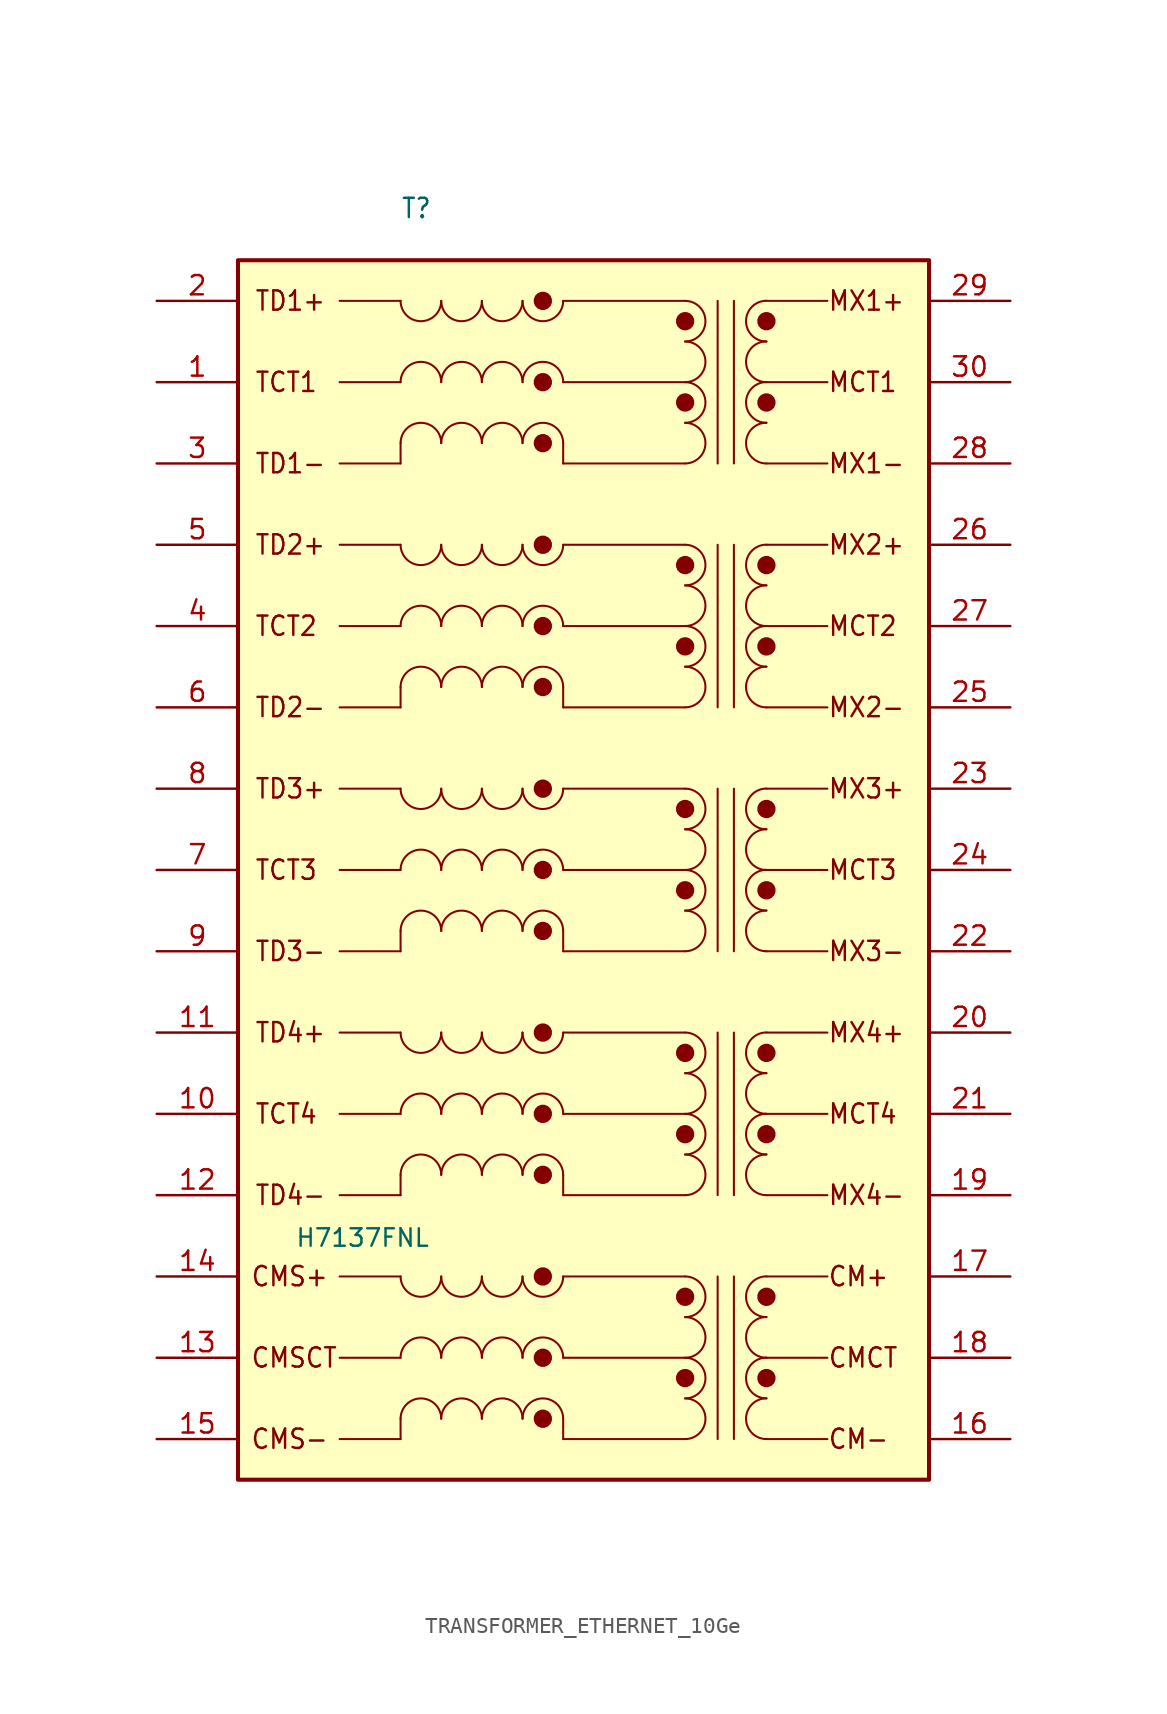
<source format=kicad_sym>
(kicad_symbol_lib
  (version 20231120)
  (generator "kicad_symbol_editor")
  (generator_version "8.0")
  (symbol "TRANSFORMER_ETHERNET_10Ge"
    (property "Reference" "T"
      (at 15.24 76.2 0)
      (effects (font (size 1.206 1.092) (thickness 0.152)) (justify left bottom)))
    (property "Value" "H7137FNL"
      (at 8.636 11.938 0)
      (effects (font (size 1.092 1.092) (thickness 0.152)) (justify left bottom)))
    (symbol "TRANSFORMER_ETHERNET_10Ge_1_0"
      (polyline (pts (xy 15.24 0) (xy 11.43 0)) (stroke (width 0.127) (type solid)) (fill (type none)))
      (polyline (pts (xy 15.24 1.27) (xy 15.24 0)) (stroke (width 0.127) (type solid)) (fill (type none)))
      (polyline (pts (xy 15.24 5.08) (xy 11.43 5.08)) (stroke (width 0.127) (type solid)) (fill (type none)))
      (polyline (pts (xy 15.24 10.16) (xy 11.43 10.16)) (stroke (width 0.127) (type solid)) (fill (type none)))
      (polyline (pts (xy 15.24 15.24) (xy 11.43 15.24)) (stroke (width 0.127) (type solid)) (fill (type none)))
      (polyline (pts (xy 15.24 16.51) (xy 15.24 15.24)) (stroke (width 0.127) (type solid)) (fill (type none)))
      (polyline (pts (xy 15.24 20.32) (xy 11.43 20.32)) (stroke (width 0.127) (type solid)) (fill (type none)))
      (polyline (pts (xy 15.24 25.4) (xy 11.43 25.4)) (stroke (width 0.127) (type solid)) (fill (type none)))
      (polyline (pts (xy 15.24 30.48) (xy 11.43 30.48)) (stroke (width 0.127) (type solid)) (fill (type none)))
      (polyline (pts (xy 15.24 31.75) (xy 15.24 30.48)) (stroke (width 0.127) (type solid)) (fill (type none)))
      (polyline (pts (xy 15.24 35.56) (xy 11.43 35.56)) (stroke (width 0.127) (type solid)) (fill (type none)))
      (polyline (pts (xy 15.24 40.64) (xy 11.43 40.64)) (stroke (width 0.127) (type solid)) (fill (type none)))
      (polyline (pts (xy 15.24 45.72) (xy 11.43 45.72)) (stroke (width 0.127) (type solid)) (fill (type none)))
      (polyline (pts (xy 15.24 46.99) (xy 15.24 45.72)) (stroke (width 0.127) (type solid)) (fill (type none)))
      (polyline (pts (xy 15.24 50.8) (xy 11.43 50.8)) (stroke (width 0.127) (type solid)) (fill (type none)))
      (polyline (pts (xy 15.24 55.88) (xy 11.43 55.88)) (stroke (width 0.127) (type solid)) (fill (type none)))
      (polyline (pts (xy 15.24 60.96) (xy 11.43 60.96)) (stroke (width 0.127) (type solid)) (fill (type none)))
      (polyline (pts (xy 15.24 62.23) (xy 15.24 60.96)) (stroke (width 0.127) (type solid)) (fill (type none)))
      (polyline (pts (xy 15.24 66.04) (xy 11.43 66.04)) (stroke (width 0.127) (type solid)) (fill (type none)))
      (polyline (pts (xy 15.24 71.12) (xy 11.43 71.12)) (stroke (width 0.127) (type solid)) (fill (type none)))
      (polyline (pts (xy 25.4 0) (xy 25.4 1.27)) (stroke (width 0.127) (type solid)) (fill (type none)))
      (polyline (pts (xy 25.4 15.24) (xy 25.4 16.51)) (stroke (width 0.127) (type solid)) (fill (type none)))
      (polyline (pts (xy 25.4 30.48) (xy 25.4 31.75)) (stroke (width 0.127) (type solid)) (fill (type none)))
      (polyline (pts (xy 25.4 45.72) (xy 25.4 46.99)) (stroke (width 0.127) (type solid)) (fill (type none)))
      (polyline (pts (xy 25.4 60.96) (xy 25.4 62.23)) (stroke (width 0.127) (type solid)) (fill (type none)))
      (polyline (pts (xy 33.02 0) (xy 25.4 0)) (stroke (width 0.127) (type solid)) (fill (type none)))
      (polyline (pts (xy 33.02 5.08) (xy 25.4 5.08)) (stroke (width 0.127) (type solid)) (fill (type none)))
      (polyline (pts (xy 33.02 10.16) (xy 25.4 10.16)) (stroke (width 0.127) (type solid)) (fill (type none)))
      (polyline (pts (xy 33.02 15.24) (xy 25.4 15.24)) (stroke (width 0.127) (type solid)) (fill (type none)))
      (polyline (pts (xy 33.02 20.32) (xy 25.4 20.32)) (stroke (width 0.127) (type solid)) (fill (type none)))
      (polyline (pts (xy 33.02 25.4) (xy 25.4 25.4)) (stroke (width 0.127) (type solid)) (fill (type none)))
      (polyline (pts (xy 33.02 30.48) (xy 25.4 30.48)) (stroke (width 0.127) (type solid)) (fill (type none)))
      (polyline (pts (xy 33.02 35.56) (xy 25.4 35.56)) (stroke (width 0.127) (type solid)) (fill (type none)))
      (polyline (pts (xy 33.02 40.64) (xy 25.4 40.64)) (stroke (width 0.127) (type solid)) (fill (type none)))
      (polyline (pts (xy 33.02 45.72) (xy 25.4 45.72)) (stroke (width 0.127) (type solid)) (fill (type none)))
      (polyline (pts (xy 33.02 50.8) (xy 25.4 50.8)) (stroke (width 0.127) (type solid)) (fill (type none)))
      (polyline (pts (xy 33.02 55.88) (xy 25.4 55.88)) (stroke (width 0.127) (type solid)) (fill (type none)))
      (polyline (pts (xy 33.02 60.96) (xy 25.4 60.96)) (stroke (width 0.127) (type solid)) (fill (type none)))
      (polyline (pts (xy 33.02 66.04) (xy 25.4 66.04)) (stroke (width 0.127) (type solid)) (fill (type none)))
      (polyline (pts (xy 33.02 71.12) (xy 25.4 71.12)) (stroke (width 0.127) (type solid)) (fill (type none)))
      (polyline (pts (xy 35.052 10.16) (xy 35.052 0)) (stroke (width 0.127) (type solid)) (fill (type none)))
      (polyline (pts (xy 35.052 25.4) (xy 35.052 15.24)) (stroke (width 0.127) (type solid)) (fill (type none)))
      (polyline (pts (xy 35.052 40.64) (xy 35.052 30.48)) (stroke (width 0.127) (type solid)) (fill (type none)))
      (polyline (pts (xy 35.052 55.88) (xy 35.052 45.72)) (stroke (width 0.127) (type solid)) (fill (type none)))
      (polyline (pts (xy 35.052 71.12) (xy 35.052 60.96)) (stroke (width 0.127) (type solid)) (fill (type none)))
      (polyline (pts (xy 36.068 10.16) (xy 36.068 0)) (stroke (width 0.127) (type solid)) (fill (type none)))
      (polyline (pts (xy 36.068 25.4) (xy 36.068 15.24)) (stroke (width 0.127) (type solid)) (fill (type none)))
      (polyline (pts (xy 36.068 40.64) (xy 36.068 30.48)) (stroke (width 0.127) (type solid)) (fill (type none)))
      (polyline (pts (xy 36.068 55.88) (xy 36.068 45.72)) (stroke (width 0.127) (type solid)) (fill (type none)))
      (polyline (pts (xy 36.068 71.12) (xy 36.068 60.96)) (stroke (width 0.127) (type solid)) (fill (type none)))
      (polyline (pts (xy 38.1 0) (xy 41.91 0)) (stroke (width 0.127) (type solid)) (fill (type none)))
      (polyline (pts (xy 38.1 5.08) (xy 41.91 5.08)) (stroke (width 0.127) (type solid)) (fill (type none)))
      (polyline (pts (xy 38.1 10.16) (xy 41.91 10.16)) (stroke (width 0.127) (type solid)) (fill (type none)))
      (polyline (pts (xy 38.1 15.24) (xy 41.91 15.24)) (stroke (width 0.127) (type solid)) (fill (type none)))
      (polyline (pts (xy 38.1 20.32) (xy 41.91 20.32)) (stroke (width 0.127) (type solid)) (fill (type none)))
      (polyline (pts (xy 38.1 25.4) (xy 41.91 25.4)) (stroke (width 0.127) (type solid)) (fill (type none)))
      (polyline (pts (xy 38.1 30.48) (xy 41.91 30.48)) (stroke (width 0.127) (type solid)) (fill (type none)))
      (polyline (pts (xy 38.1 35.56) (xy 41.91 35.56)) (stroke (width 0.127) (type solid)) (fill (type none)))
      (polyline (pts (xy 38.1 40.64) (xy 41.91 40.64)) (stroke (width 0.127) (type solid)) (fill (type none)))
      (polyline (pts (xy 38.1 45.72) (xy 41.91 45.72)) (stroke (width 0.127) (type solid)) (fill (type none)))
      (polyline (pts (xy 38.1 50.8) (xy 41.91 50.8)) (stroke (width 0.127) (type solid)) (fill (type none)))
      (polyline (pts (xy 38.1 55.88) (xy 41.91 55.88)) (stroke (width 0.127) (type solid)) (fill (type none)))
      (polyline (pts (xy 38.1 60.96) (xy 41.91 60.96)) (stroke (width 0.127) (type solid)) (fill (type none)))
      (polyline (pts (xy 38.1 66.04) (xy 41.91 66.04)) (stroke (width 0.127) (type solid)) (fill (type none)))
      (polyline (pts (xy 38.1 71.12) (xy 41.91 71.12)) (stroke (width 0.127) (type solid)) (fill (type none)))
      (polyline (pts (xy 24.13 0.762) (xy 24.23 0.767) (xy 24.415 0.844) (xy 24.556 0.985) (xy 24.633 1.17) (xy 24.633 1.37) (xy 24.556 1.555) (xy 24.415 1.696) (xy 24.23 1.773) (xy 24.13 1.778) (xy 24.03 1.773) (xy 23.845 1.696) (xy 23.703 1.555) (xy 23.627 1.37) (xy 23.627 1.17) (xy 23.703 0.985) (xy 23.845 0.844) (xy 24.03 0.767) (xy 24.13 0.762)) (stroke (width 0.127) (type solid)) (fill (type outline)))
      (polyline (pts (xy 24.13 4.572) (xy 24.23 4.577) (xy 24.415 4.654) (xy 24.556 4.795) (xy 24.633 4.98) (xy 24.633 5.18) (xy 24.556 5.365) (xy 24.415 5.506) (xy 24.23 5.583) (xy 24.13 5.588) (xy 24.03 5.583) (xy 23.845 5.506) (xy 23.703 5.365) (xy 23.627 5.18) (xy 23.627 4.98) (xy 23.703 4.795) (xy 23.845 4.654) (xy 24.03 4.577) (xy 24.13 4.572)) (stroke (width 0.127) (type solid)) (fill (type outline)))
      (polyline (pts (xy 24.13 9.652) (xy 24.23 9.657) (xy 24.415 9.733) (xy 24.556 9.875) (xy 24.633 10.06) (xy 24.633 10.26) (xy 24.556 10.445) (xy 24.415 10.586) (xy 24.23 10.663) (xy 24.13 10.668) (xy 24.03 10.663) (xy 23.845 10.586) (xy 23.703 10.445) (xy 23.627 10.26) (xy 23.627 10.06) (xy 23.703 9.875) (xy 23.845 9.733) (xy 24.03 9.657) (xy 24.13 9.652)) (stroke (width 0.127) (type solid)) (fill (type outline)))
      (polyline (pts (xy 24.13 16.002) (xy 24.23 16.007) (xy 24.415 16.084) (xy 24.556 16.225) (xy 24.633 16.41) (xy 24.633 16.61) (xy 24.556 16.795) (xy 24.415 16.936) (xy 24.23 17.013) (xy 24.13 17.018) (xy 24.03 17.013) (xy 23.845 16.936) (xy 23.703 16.795) (xy 23.627 16.61) (xy 23.627 16.41) (xy 23.703 16.225) (xy 23.845 16.084) (xy 24.03 16.007) (xy 24.13 16.002)) (stroke (width 0.127) (type solid)) (fill (type outline)))
      (polyline (pts (xy 24.13 19.812) (xy 24.23 19.817) (xy 24.415 19.893) (xy 24.556 20.035) (xy 24.633 20.22) (xy 24.633 20.42) (xy 24.556 20.605) (xy 24.415 20.747) (xy 24.23 20.823) (xy 24.13 20.828) (xy 24.03 20.823) (xy 23.845 20.747) (xy 23.703 20.605) (xy 23.627 20.42) (xy 23.627 20.22) (xy 23.703 20.035) (xy 23.845 19.893) (xy 24.03 19.817) (xy 24.13 19.812)) (stroke (width 0.127) (type solid)) (fill (type outline)))
      (polyline (pts (xy 24.13 24.892) (xy 24.23 24.897) (xy 24.415 24.974) (xy 24.556 25.115) (xy 24.633 25.3) (xy 24.633 25.5) (xy 24.556 25.685) (xy 24.415 25.826) (xy 24.23 25.903) (xy 24.13 25.908) (xy 24.03 25.903) (xy 23.845 25.826) (xy 23.703 25.685) (xy 23.627 25.5) (xy 23.627 25.3) (xy 23.703 25.115) (xy 23.845 24.974) (xy 24.03 24.897) (xy 24.13 24.892)) (stroke (width 0.127) (type solid)) (fill (type outline)))
      (polyline (pts (xy 24.13 31.242) (xy 24.23 31.247) (xy 24.415 31.323) (xy 24.556 31.465) (xy 24.633 31.65) (xy 24.633 31.85) (xy 24.556 32.035) (xy 24.415 32.176) (xy 24.23 32.253) (xy 24.13 32.258) (xy 24.03 32.253) (xy 23.845 32.176) (xy 23.703 32.035) (xy 23.627 31.85) (xy 23.627 31.65) (xy 23.703 31.465) (xy 23.845 31.323) (xy 24.03 31.247) (xy 24.13 31.242)) (stroke (width 0.127) (type solid)) (fill (type outline)))
      (polyline (pts (xy 24.13 35.052) (xy 24.23 35.057) (xy 24.415 35.133) (xy 24.556 35.275) (xy 24.633 35.46) (xy 24.633 35.66) (xy 24.556 35.845) (xy 24.415 35.986) (xy 24.23 36.063) (xy 24.13 36.068) (xy 24.03 36.063) (xy 23.845 35.986) (xy 23.703 35.845) (xy 23.627 35.66) (xy 23.627 35.46) (xy 23.703 35.275) (xy 23.845 35.133) (xy 24.03 35.057) (xy 24.13 35.052)) (stroke (width 0.127) (type solid)) (fill (type outline)))
      (polyline (pts (xy 24.13 40.132) (xy 24.23 40.137) (xy 24.415 40.214) (xy 24.556 40.355) (xy 24.633 40.54) (xy 24.633 40.74) (xy 24.556 40.925) (xy 24.415 41.066) (xy 24.23 41.143) (xy 24.13 41.148) (xy 24.03 41.143) (xy 23.845 41.066) (xy 23.703 40.925) (xy 23.627 40.74) (xy 23.627 40.54) (xy 23.703 40.355) (xy 23.845 40.214) (xy 24.03 40.137) (xy 24.13 40.132)) (stroke (width 0.127) (type solid)) (fill (type outline)))
      (polyline (pts (xy 24.13 46.482) (xy 24.23 46.487) (xy 24.415 46.563) (xy 24.556 46.705) (xy 24.633 46.89) (xy 24.633 47.09) (xy 24.556 47.275) (xy 24.415 47.416) (xy 24.23 47.493) (xy 24.13 47.498) (xy 24.03 47.493) (xy 23.845 47.416) (xy 23.703 47.275) (xy 23.627 47.09) (xy 23.627 46.89) (xy 23.703 46.705) (xy 23.845 46.563) (xy 24.03 46.487) (xy 24.13 46.482)) (stroke (width 0.127) (type solid)) (fill (type outline)))
      (polyline (pts (xy 24.13 50.292) (xy 24.23 50.297) (xy 24.415 50.373) (xy 24.556 50.515) (xy 24.633 50.7) (xy 24.633 50.9) (xy 24.556 51.085) (xy 24.415 51.227) (xy 24.23 51.303) (xy 24.13 51.308) (xy 24.03 51.303) (xy 23.845 51.227) (xy 23.703 51.085) (xy 23.627 50.9) (xy 23.627 50.7) (xy 23.703 50.515) (xy 23.845 50.373) (xy 24.03 50.297) (xy 24.13 50.292)) (stroke (width 0.127) (type solid)) (fill (type outline)))
      (polyline (pts (xy 24.13 55.372) (xy 24.23 55.377) (xy 24.415 55.453) (xy 24.556 55.595) (xy 24.633 55.78) (xy 24.633 55.98) (xy 24.556 56.165) (xy 24.415 56.306) (xy 24.23 56.383) (xy 24.13 56.388) (xy 24.03 56.383) (xy 23.845 56.306) (xy 23.703 56.165) (xy 23.627 55.98) (xy 23.627 55.78) (xy 23.703 55.595) (xy 23.845 55.453) (xy 24.03 55.377) (xy 24.13 55.372)) (stroke (width 0.127) (type solid)) (fill (type outline)))
      (polyline (pts (xy 24.13 61.722) (xy 24.23 61.727) (xy 24.415 61.803) (xy 24.556 61.945) (xy 24.633 62.13) (xy 24.633 62.33) (xy 24.556 62.515) (xy 24.415 62.657) (xy 24.23 62.733) (xy 24.13 62.738) (xy 24.03 62.733) (xy 23.845 62.657) (xy 23.703 62.515) (xy 23.627 62.33) (xy 23.627 62.13) (xy 23.703 61.945) (xy 23.845 61.803) (xy 24.03 61.727) (xy 24.13 61.722)) (stroke (width 0.127) (type solid)) (fill (type outline)))
      (polyline (pts (xy 24.13 65.532) (xy 24.23 65.537) (xy 24.415 65.614) (xy 24.556 65.755) (xy 24.633 65.94) (xy 24.633 66.14) (xy 24.556 66.325) (xy 24.415 66.466) (xy 24.23 66.543) (xy 24.13 66.548) (xy 24.03 66.543) (xy 23.845 66.466) (xy 23.703 66.325) (xy 23.627 66.14) (xy 23.627 65.94) (xy 23.703 65.755) (xy 23.845 65.614) (xy 24.03 65.537) (xy 24.13 65.532)) (stroke (width 0.127) (type solid)) (fill (type outline)))
      (polyline (pts (xy 24.13 70.612) (xy 24.23 70.617) (xy 24.415 70.694) (xy 24.556 70.835) (xy 24.633 71.02) (xy 24.633 71.22) (xy 24.556 71.405) (xy 24.415 71.546) (xy 24.23 71.623) (xy 24.13 71.628) (xy 24.03 71.623) (xy 23.845 71.546) (xy 23.703 71.405) (xy 23.627 71.22) (xy 23.627 71.02) (xy 23.703 70.835) (xy 23.845 70.694) (xy 24.03 70.617) (xy 24.13 70.612)) (stroke (width 0.127) (type solid)) (fill (type outline)))
      (polyline (pts (xy 33.02 3.302) (xy 33.12 3.307) (xy 33.305 3.384) (xy 33.447 3.525) (xy 33.523 3.71) (xy 33.523 3.91) (xy 33.447 4.095) (xy 33.305 4.237) (xy 33.12 4.313) (xy 33.02 4.318) (xy 32.92 4.313) (xy 32.735 4.237) (xy 32.593 4.095) (xy 32.517 3.91) (xy 32.517 3.71) (xy 32.593 3.525) (xy 32.735 3.384) (xy 32.92 3.307) (xy 33.02 3.302)) (stroke (width 0.127) (type solid)) (fill (type outline)))
      (polyline (pts (xy 33.02 8.382) (xy 33.12 8.387) (xy 33.305 8.463) (xy 33.447 8.605) (xy 33.523 8.79) (xy 33.523 8.99) (xy 33.447 9.175) (xy 33.305 9.316) (xy 33.12 9.393) (xy 33.02 9.398) (xy 32.92 9.393) (xy 32.735 9.316) (xy 32.593 9.175) (xy 32.517 8.99) (xy 32.517 8.79) (xy 32.593 8.605) (xy 32.735 8.463) (xy 32.92 8.387) (xy 33.02 8.382)) (stroke (width 0.127) (type solid)) (fill (type outline)))
      (polyline (pts (xy 33.02 18.542) (xy 33.12 18.547) (xy 33.305 18.623) (xy 33.447 18.765) (xy 33.523 18.95) (xy 33.523 19.15) (xy 33.447 19.335) (xy 33.305 19.477) (xy 33.12 19.553) (xy 33.02 19.558) (xy 32.92 19.553) (xy 32.735 19.477) (xy 32.593 19.335) (xy 32.517 19.15) (xy 32.517 18.95) (xy 32.593 18.765) (xy 32.735 18.623) (xy 32.92 18.547) (xy 33.02 18.542)) (stroke (width 0.127) (type solid)) (fill (type outline)))
      (polyline (pts (xy 33.02 23.622) (xy 33.12 23.627) (xy 33.305 23.703) (xy 33.447 23.845) (xy 33.523 24.03) (xy 33.523 24.23) (xy 33.447 24.415) (xy 33.305 24.556) (xy 33.12 24.633) (xy 33.02 24.638) (xy 32.92 24.633) (xy 32.735 24.556) (xy 32.593 24.415) (xy 32.517 24.23) (xy 32.517 24.03) (xy 32.593 23.845) (xy 32.735 23.703) (xy 32.92 23.627) (xy 33.02 23.622)) (stroke (width 0.127) (type solid)) (fill (type outline)))
      (polyline (pts (xy 33.02 33.782) (xy 33.12 33.787) (xy 33.305 33.864) (xy 33.447 34.005) (xy 33.523 34.19) (xy 33.523 34.39) (xy 33.447 34.575) (xy 33.305 34.717) (xy 33.12 34.793) (xy 33.02 34.798) (xy 32.92 34.793) (xy 32.735 34.717) (xy 32.593 34.575) (xy 32.517 34.39) (xy 32.517 34.19) (xy 32.593 34.005) (xy 32.735 33.864) (xy 32.92 33.787) (xy 33.02 33.782)) (stroke (width 0.127) (type solid)) (fill (type outline)))
      (polyline (pts (xy 33.02 38.862) (xy 33.12 38.867) (xy 33.305 38.944) (xy 33.447 39.085) (xy 33.523 39.27) (xy 33.523 39.47) (xy 33.447 39.655) (xy 33.305 39.797) (xy 33.12 39.873) (xy 33.02 39.878) (xy 32.92 39.873) (xy 32.735 39.797) (xy 32.593 39.655) (xy 32.517 39.47) (xy 32.517 39.27) (xy 32.593 39.085) (xy 32.735 38.944) (xy 32.92 38.867) (xy 33.02 38.862)) (stroke (width 0.127) (type solid)) (fill (type outline)))
      (polyline (pts (xy 33.02 49.022) (xy 33.12 49.027) (xy 33.305 49.103) (xy 33.447 49.245) (xy 33.523 49.43) (xy 33.523 49.63) (xy 33.447 49.815) (xy 33.305 49.956) (xy 33.12 50.033) (xy 33.02 50.038) (xy 32.92 50.033) (xy 32.735 49.956) (xy 32.593 49.815) (xy 32.517 49.63) (xy 32.517 49.43) (xy 32.593 49.245) (xy 32.735 49.103) (xy 32.92 49.027) (xy 33.02 49.022)) (stroke (width 0.127) (type solid)) (fill (type outline)))
      (polyline (pts (xy 33.02 54.102) (xy 33.12 54.107) (xy 33.305 54.184) (xy 33.447 54.325) (xy 33.523 54.51) (xy 33.523 54.71) (xy 33.447 54.895) (xy 33.305 55.036) (xy 33.12 55.113) (xy 33.02 55.118) (xy 32.92 55.113) (xy 32.735 55.036) (xy 32.593 54.895) (xy 32.517 54.71) (xy 32.517 54.51) (xy 32.593 54.325) (xy 32.735 54.184) (xy 32.92 54.107) (xy 33.02 54.102)) (stroke (width 0.127) (type solid)) (fill (type outline)))
      (polyline (pts (xy 33.02 64.262) (xy 33.12 64.267) (xy 33.305 64.344) (xy 33.447 64.485) (xy 33.523 64.67) (xy 33.523 64.87) (xy 33.447 65.055) (xy 33.305 65.197) (xy 33.12 65.273) (xy 33.02 65.278) (xy 32.92 65.273) (xy 32.735 65.197) (xy 32.593 65.055) (xy 32.517 64.87) (xy 32.517 64.67) (xy 32.593 64.485) (xy 32.735 64.344) (xy 32.92 64.267) (xy 33.02 64.262)) (stroke (width 0.127) (type solid)) (fill (type outline)))
      (polyline (pts (xy 33.02 69.342) (xy 33.12 69.347) (xy 33.305 69.424) (xy 33.447 69.565) (xy 33.523 69.75) (xy 33.523 69.95) (xy 33.447 70.135) (xy 33.305 70.276) (xy 33.12 70.353) (xy 33.02 70.358) (xy 32.92 70.353) (xy 32.735 70.276) (xy 32.593 70.135) (xy 32.517 69.95) (xy 32.517 69.75) (xy 32.593 69.565) (xy 32.735 69.424) (xy 32.92 69.347) (xy 33.02 69.342)) (stroke (width 0.127) (type solid)) (fill (type outline)))
      (polyline (pts (xy 38.1 3.302) (xy 38.2 3.307) (xy 38.385 3.384) (xy 38.526 3.525) (xy 38.603 3.71) (xy 38.603 3.91) (xy 38.526 4.095) (xy 38.385 4.237) (xy 38.2 4.313) (xy 38.1 4.318) (xy 38 4.313) (xy 37.815 4.237) (xy 37.673 4.095) (xy 37.597 3.91) (xy 37.597 3.71) (xy 37.673 3.525) (xy 37.815 3.384) (xy 38 3.307) (xy 38.1 3.302)) (stroke (width 0.127) (type solid)) (fill (type outline)))
      (polyline (pts (xy 38.1 8.382) (xy 38.2 8.387) (xy 38.385 8.463) (xy 38.526 8.605) (xy 38.603 8.79) (xy 38.603 8.99) (xy 38.526 9.175) (xy 38.385 9.316) (xy 38.2 9.393) (xy 38.1 9.398) (xy 38 9.393) (xy 37.815 9.316) (xy 37.673 9.175) (xy 37.597 8.99) (xy 37.597 8.79) (xy 37.673 8.605) (xy 37.815 8.463) (xy 38 8.387) (xy 38.1 8.382)) (stroke (width 0.127) (type solid)) (fill (type outline)))
      (polyline (pts (xy 38.1 18.542) (xy 38.2 18.547) (xy 38.385 18.623) (xy 38.526 18.765) (xy 38.603 18.95) (xy 38.603 19.15) (xy 38.526 19.335) (xy 38.385 19.477) (xy 38.2 19.553) (xy 38.1 19.558) (xy 38 19.553) (xy 37.815 19.477) (xy 37.673 19.335) (xy 37.597 19.15) (xy 37.597 18.95) (xy 37.673 18.765) (xy 37.815 18.623) (xy 38 18.547) (xy 38.1 18.542)) (stroke (width 0.127) (type solid)) (fill (type outline)))
      (polyline (pts (xy 38.1 23.622) (xy 38.2 23.627) (xy 38.385 23.703) (xy 38.526 23.845) (xy 38.603 24.03) (xy 38.603 24.23) (xy 38.526 24.415) (xy 38.385 24.556) (xy 38.2 24.633) (xy 38.1 24.638) (xy 38 24.633) (xy 37.815 24.556) (xy 37.673 24.415) (xy 37.597 24.23) (xy 37.597 24.03) (xy 37.673 23.845) (xy 37.815 23.703) (xy 38 23.627) (xy 38.1 23.622)) (stroke (width 0.127) (type solid)) (fill (type outline)))
      (polyline (pts (xy 38.1 33.782) (xy 38.2 33.787) (xy 38.385 33.864) (xy 38.526 34.005) (xy 38.603 34.19) (xy 38.603 34.39) (xy 38.526 34.575) (xy 38.385 34.717) (xy 38.2 34.793) (xy 38.1 34.798) (xy 38 34.793) (xy 37.815 34.717) (xy 37.673 34.575) (xy 37.597 34.39) (xy 37.597 34.19) (xy 37.673 34.005) (xy 37.815 33.864) (xy 38 33.787) (xy 38.1 33.782)) (stroke (width 0.127) (type solid)) (fill (type outline)))
      (polyline (pts (xy 38.1 38.862) (xy 38.2 38.867) (xy 38.385 38.944) (xy 38.526 39.085) (xy 38.603 39.27) (xy 38.603 39.47) (xy 38.526 39.655) (xy 38.385 39.797) (xy 38.2 39.873) (xy 38.1 39.878) (xy 38 39.873) (xy 37.815 39.797) (xy 37.673 39.655) (xy 37.597 39.47) (xy 37.597 39.27) (xy 37.673 39.085) (xy 37.815 38.944) (xy 38 38.867) (xy 38.1 38.862)) (stroke (width 0.127) (type solid)) (fill (type outline)))
      (polyline (pts (xy 38.1 49.022) (xy 38.2 49.027) (xy 38.385 49.103) (xy 38.526 49.245) (xy 38.603 49.43) (xy 38.603 49.63) (xy 38.526 49.815) (xy 38.385 49.956) (xy 38.2 50.033) (xy 38.1 50.038) (xy 38 50.033) (xy 37.815 49.956) (xy 37.673 49.815) (xy 37.597 49.63) (xy 37.597 49.43) (xy 37.673 49.245) (xy 37.815 49.103) (xy 38 49.027) (xy 38.1 49.022)) (stroke (width 0.127) (type solid)) (fill (type outline)))
      (polyline (pts (xy 38.1 54.102) (xy 38.2 54.107) (xy 38.385 54.184) (xy 38.526 54.325) (xy 38.603 54.51) (xy 38.603 54.71) (xy 38.526 54.895) (xy 38.385 55.036) (xy 38.2 55.113) (xy 38.1 55.118) (xy 38 55.113) (xy 37.815 55.036) (xy 37.673 54.895) (xy 37.597 54.71) (xy 37.597 54.51) (xy 37.673 54.325) (xy 37.815 54.184) (xy 38 54.107) (xy 38.1 54.102)) (stroke (width 0.127) (type solid)) (fill (type outline)))
      (polyline (pts (xy 38.1 64.262) (xy 38.2 64.267) (xy 38.385 64.344) (xy 38.526 64.485) (xy 38.603 64.67) (xy 38.603 64.87) (xy 38.526 65.055) (xy 38.385 65.197) (xy 38.2 65.273) (xy 38.1 65.278) (xy 38 65.273) (xy 37.815 65.197) (xy 37.673 65.055) (xy 37.597 64.87) (xy 37.597 64.67) (xy 37.673 64.485) (xy 37.815 64.344) (xy 38 64.267) (xy 38.1 64.262)) (stroke (width 0.127) (type solid)) (fill (type outline)))
      (polyline (pts (xy 38.1 69.342) (xy 38.2 69.347) (xy 38.385 69.424) (xy 38.526 69.565) (xy 38.603 69.75) (xy 38.603 69.95) (xy 38.526 70.135) (xy 38.385 70.276) (xy 38.2 70.353) (xy 38.1 70.358) (xy 38 70.353) (xy 37.815 70.276) (xy 37.673 70.135) (xy 37.597 69.95) (xy 37.597 69.75) (xy 37.673 69.565) (xy 37.815 69.424) (xy 38 69.347) (xy 38.1 69.342)) (stroke (width 0.127) (type solid)) (fill (type outline)))
      (rectangle (start 5.08 73.66) (end 48.26 -2.54) (stroke (width 0.254) (type default)) (fill (type background)))
      (arc (start 15.24 10.16) (mid 16.51 8.8955) (end 17.78 10.16) (stroke (width 0.127) (type solid)) (fill (type none)))
      (arc (start 15.24 25.4) (mid 16.51 24.1355) (end 17.78 25.4) (stroke (width 0.127) (type solid)) (fill (type none)))
      (arc (start 15.24 40.64) (mid 16.51 39.3755) (end 17.78 40.64) (stroke (width 0.127) (type solid)) (fill (type none)))
      (arc (start 15.24 55.88) (mid 16.51 54.6155) (end 17.78 55.88) (stroke (width 0.127) (type solid)) (fill (type none)))
      (arc (start 15.24 71.12) (mid 16.51 69.8555) (end 17.78 71.12) (stroke (width 0.127) (type solid)) (fill (type none)))
      (arc (start 17.78 1.27) (mid 16.51 2.5345) (end 15.24 1.27) (stroke (width 0.127) (type solid)) (fill (type none)))
      (arc (start 17.78 5.08) (mid 16.51 6.3445) (end 15.24 5.08) (stroke (width 0.127) (type solid)) (fill (type none)))
      (arc (start 17.78 10.16) (mid 19.05 8.8955) (end 20.32 10.16) (stroke (width 0.127) (type solid)) (fill (type none)))
      (arc (start 17.78 16.51) (mid 16.51 17.7745) (end 15.24 16.51) (stroke (width 0.127) (type solid)) (fill (type none)))
      (arc (start 17.78 20.32) (mid 16.51 21.5845) (end 15.24 20.32) (stroke (width 0.127) (type solid)) (fill (type none)))
      (arc (start 17.78 25.4) (mid 19.05 24.1355) (end 20.32 25.4) (stroke (width 0.127) (type solid)) (fill (type none)))
      (arc (start 17.78 31.75) (mid 16.51 33.0145) (end 15.24 31.75) (stroke (width 0.127) (type solid)) (fill (type none)))
      (arc (start 17.78 35.56) (mid 16.51 36.8245) (end 15.24 35.56) (stroke (width 0.127) (type solid)) (fill (type none)))
      (arc (start 17.78 40.64) (mid 19.05 39.3755) (end 20.32 40.64) (stroke (width 0.127) (type solid)) (fill (type none)))
      (arc (start 17.78 46.99) (mid 16.51 48.2545) (end 15.24 46.99) (stroke (width 0.127) (type solid)) (fill (type none)))
      (arc (start 17.78 50.8) (mid 16.51 52.0645) (end 15.24 50.8) (stroke (width 0.127) (type solid)) (fill (type none)))
      (arc (start 17.78 55.88) (mid 19.05 54.6155) (end 20.32 55.88) (stroke (width 0.127) (type solid)) (fill (type none)))
      (arc (start 17.78 62.23) (mid 16.51 63.4945) (end 15.24 62.23) (stroke (width 0.127) (type solid)) (fill (type none)))
      (arc (start 17.78 66.04) (mid 16.51 67.3045) (end 15.24 66.04) (stroke (width 0.127) (type solid)) (fill (type none)))
      (arc (start 17.78 71.12) (mid 19.05 69.8555) (end 20.32 71.12) (stroke (width 0.127) (type solid)) (fill (type none)))
      (arc (start 20.32 1.27) (mid 19.05 2.5345) (end 17.78 1.27) (stroke (width 0.127) (type solid)) (fill (type none)))
      (arc (start 20.32 5.08) (mid 19.05 6.3445) (end 17.78 5.08) (stroke (width 0.127) (type solid)) (fill (type none)))
      (arc (start 20.32 10.16) (mid 21.59 8.8955) (end 22.86 10.16) (stroke (width 0.127) (type solid)) (fill (type none)))
      (arc (start 20.32 16.51) (mid 19.05 17.7745) (end 17.78 16.51) (stroke (width 0.127) (type solid)) (fill (type none)))
      (arc (start 20.32 20.32) (mid 19.05 21.5845) (end 17.78 20.32) (stroke (width 0.127) (type solid)) (fill (type none)))
      (arc (start 20.32 25.4) (mid 21.59 24.1355) (end 22.86 25.4) (stroke (width 0.127) (type solid)) (fill (type none)))
      (arc (start 20.32 31.75) (mid 19.05 33.0145) (end 17.78 31.75) (stroke (width 0.127) (type solid)) (fill (type none)))
      (arc (start 20.32 35.56) (mid 19.05 36.8245) (end 17.78 35.56) (stroke (width 0.127) (type solid)) (fill (type none)))
      (arc (start 20.32 40.64) (mid 21.59 39.3755) (end 22.86 40.64) (stroke (width 0.127) (type solid)) (fill (type none)))
      (arc (start 20.32 46.99) (mid 19.05 48.2545) (end 17.78 46.99) (stroke (width 0.127) (type solid)) (fill (type none)))
      (arc (start 20.32 50.8) (mid 19.05 52.0645) (end 17.78 50.8) (stroke (width 0.127) (type solid)) (fill (type none)))
      (arc (start 20.32 55.88) (mid 21.59 54.6155) (end 22.86 55.88) (stroke (width 0.127) (type solid)) (fill (type none)))
      (arc (start 20.32 62.23) (mid 19.05 63.4945) (end 17.78 62.23) (stroke (width 0.127) (type solid)) (fill (type none)))
      (arc (start 20.32 66.04) (mid 19.05 67.3045) (end 17.78 66.04) (stroke (width 0.127) (type solid)) (fill (type none)))
      (arc (start 20.32 71.12) (mid 21.59 69.8555) (end 22.86 71.12) (stroke (width 0.127) (type solid)) (fill (type none)))
      (arc (start 22.86 1.27) (mid 21.59 2.5345) (end 20.32 1.27) (stroke (width 0.127) (type solid)) (fill (type none)))
      (arc (start 22.86 5.08) (mid 21.59 6.3445) (end 20.32 5.08) (stroke (width 0.127) (type solid)) (fill (type none)))
      (arc (start 22.86 10.16) (mid 24.13 8.8955) (end 25.4 10.16) (stroke (width 0.127) (type solid)) (fill (type none)))
      (arc (start 22.86 16.51) (mid 21.59 17.7745) (end 20.32 16.51) (stroke (width 0.127) (type solid)) (fill (type none)))
      (arc (start 22.86 20.32) (mid 21.59 21.5845) (end 20.32 20.32) (stroke (width 0.127) (type solid)) (fill (type none)))
      (arc (start 22.86 25.4) (mid 24.13 24.1355) (end 25.4 25.4) (stroke (width 0.127) (type solid)) (fill (type none)))
      (arc (start 22.86 31.75) (mid 21.59 33.0145) (end 20.32 31.75) (stroke (width 0.127) (type solid)) (fill (type none)))
      (arc (start 22.86 35.56) (mid 21.59 36.8245) (end 20.32 35.56) (stroke (width 0.127) (type solid)) (fill (type none)))
      (arc (start 22.86 40.64) (mid 24.13 39.3755) (end 25.4 40.64) (stroke (width 0.127) (type solid)) (fill (type none)))
      (arc (start 22.86 46.99) (mid 21.59 48.2545) (end 20.32 46.99) (stroke (width 0.127) (type solid)) (fill (type none)))
      (arc (start 22.86 50.8) (mid 21.59 52.0645) (end 20.32 50.8) (stroke (width 0.127) (type solid)) (fill (type none)))
      (arc (start 22.86 55.88) (mid 24.13 54.6155) (end 25.4 55.88) (stroke (width 0.127) (type solid)) (fill (type none)))
      (arc (start 22.86 62.23) (mid 21.59 63.4945) (end 20.32 62.23) (stroke (width 0.127) (type solid)) (fill (type none)))
      (arc (start 22.86 66.04) (mid 21.59 67.3045) (end 20.32 66.04) (stroke (width 0.127) (type solid)) (fill (type none)))
      (arc (start 22.86 71.12) (mid 24.13 69.8555) (end 25.4 71.12) (stroke (width 0.127) (type solid)) (fill (type none)))
      (arc (start 25.4 1.27) (mid 24.13 2.5345) (end 22.86 1.27) (stroke (width 0.127) (type solid)) (fill (type none)))
      (arc (start 25.4 5.08) (mid 24.13 6.3445) (end 22.86 5.08) (stroke (width 0.127) (type solid)) (fill (type none)))
      (arc (start 25.4 16.51) (mid 24.13 17.7745) (end 22.86 16.51) (stroke (width 0.127) (type solid)) (fill (type none)))
      (arc (start 25.4 20.32) (mid 24.13 21.5845) (end 22.86 20.32) (stroke (width 0.127) (type solid)) (fill (type none)))
      (arc (start 25.4 31.75) (mid 24.13 33.0145) (end 22.86 31.75) (stroke (width 0.127) (type solid)) (fill (type none)))
      (arc (start 25.4 35.56) (mid 24.13 36.8245) (end 22.86 35.56) (stroke (width 0.127) (type solid)) (fill (type none)))
      (arc (start 25.4 46.99) (mid 24.13 48.2545) (end 22.86 46.99) (stroke (width 0.127) (type solid)) (fill (type none)))
      (arc (start 25.4 50.8) (mid 24.13 52.0645) (end 22.86 50.8) (stroke (width 0.127) (type solid)) (fill (type none)))
      (arc (start 25.4 62.23) (mid 24.13 63.4945) (end 22.86 62.23) (stroke (width 0.127) (type solid)) (fill (type none)))
      (arc (start 25.4 66.04) (mid 24.13 67.3045) (end 22.86 66.04) (stroke (width 0.127) (type solid)) (fill (type none)))
      (arc (start 33.02 0) (mid 34.284 1.27) (end 33.02 2.54) (stroke (width 0.127) (type solid)) (fill (type none)))
      (arc (start 33.02 2.54) (mid 34.284 3.81) (end 33.02 5.08) (stroke (width 0.127) (type solid)) (fill (type none)))
      (arc (start 33.02 5.08) (mid 34.284 6.35) (end 33.02 7.62) (stroke (width 0.127) (type solid)) (fill (type none)))
      (arc (start 33.02 7.62) (mid 34.284 8.89) (end 33.02 10.16) (stroke (width 0.127) (type solid)) (fill (type none)))
      (arc (start 33.02 15.24) (mid 34.284 16.51) (end 33.02 17.78) (stroke (width 0.127) (type solid)) (fill (type none)))
      (arc (start 33.02 17.78) (mid 34.284 19.05) (end 33.02 20.32) (stroke (width 0.127) (type solid)) (fill (type none)))
      (arc (start 33.02 20.32) (mid 34.284 21.59) (end 33.02 22.86) (stroke (width 0.127) (type solid)) (fill (type none)))
      (arc (start 33.02 22.86) (mid 34.284 24.13) (end 33.02 25.4) (stroke (width 0.127) (type solid)) (fill (type none)))
      (arc (start 33.02 30.48) (mid 34.284 31.75) (end 33.02 33.02) (stroke (width 0.127) (type solid)) (fill (type none)))
      (arc (start 33.02 33.02) (mid 34.284 34.29) (end 33.02 35.56) (stroke (width 0.127) (type solid)) (fill (type none)))
      (arc (start 33.02 35.56) (mid 34.284 36.83) (end 33.02 38.1) (stroke (width 0.127) (type solid)) (fill (type none)))
      (arc (start 33.02 38.1) (mid 34.284 39.37) (end 33.02 40.64) (stroke (width 0.127) (type solid)) (fill (type none)))
      (arc (start 33.02 45.72) (mid 34.284 46.99) (end 33.02 48.26) (stroke (width 0.127) (type solid)) (fill (type none)))
      (arc (start 33.02 48.26) (mid 34.284 49.53) (end 33.02 50.8) (stroke (width 0.127) (type solid)) (fill (type none)))
      (arc (start 33.02 50.8) (mid 34.284 52.07) (end 33.02 53.34) (stroke (width 0.127) (type solid)) (fill (type none)))
      (arc (start 33.02 53.34) (mid 34.284 54.61) (end 33.02 55.88) (stroke (width 0.127) (type solid)) (fill (type none)))
      (arc (start 33.02 60.96) (mid 34.284 62.23) (end 33.02 63.5) (stroke (width 0.127) (type solid)) (fill (type none)))
      (arc (start 33.02 63.5) (mid 34.284 64.77) (end 33.02 66.04) (stroke (width 0.127) (type solid)) (fill (type none)))
      (arc (start 33.02 66.04) (mid 34.284 67.31) (end 33.02 68.58) (stroke (width 0.127) (type solid)) (fill (type none)))
      (arc (start 33.02 68.58) (mid 34.284 69.85) (end 33.02 71.12) (stroke (width 0.127) (type solid)) (fill (type none)))
      (arc (start 38.1 2.54) (mid 36.836 1.27) (end 38.1 0) (stroke (width 0.127) (type solid)) (fill (type none)))
      (arc (start 38.1 5.08) (mid 36.836 3.81) (end 38.1 2.54) (stroke (width 0.127) (type solid)) (fill (type none)))
      (arc (start 38.1 7.62) (mid 36.836 6.35) (end 38.1 5.08) (stroke (width 0.127) (type solid)) (fill (type none)))
      (arc (start 38.1 10.16) (mid 36.836 8.89) (end 38.1 7.62) (stroke (width 0.127) (type solid)) (fill (type none)))
      (arc (start 38.1 17.78) (mid 36.836 16.51) (end 38.1 15.24) (stroke (width 0.127) (type solid)) (fill (type none)))
      (arc (start 38.1 20.32) (mid 36.836 19.05) (end 38.1 17.78) (stroke (width 0.127) (type solid)) (fill (type none)))
      (arc (start 38.1 22.86) (mid 36.836 21.59) (end 38.1 20.32) (stroke (width 0.127) (type solid)) (fill (type none)))
      (arc (start 38.1 25.4) (mid 36.836 24.13) (end 38.1 22.86) (stroke (width 0.127) (type solid)) (fill (type none)))
      (arc (start 38.1 33.02) (mid 36.836 31.75) (end 38.1 30.48) (stroke (width 0.127) (type solid)) (fill (type none)))
      (arc (start 38.1 35.56) (mid 36.836 34.29) (end 38.1 33.02) (stroke (width 0.127) (type solid)) (fill (type none)))
      (arc (start 38.1 38.1) (mid 36.836 36.83) (end 38.1 35.56) (stroke (width 0.127) (type solid)) (fill (type none)))
      (arc (start 38.1 40.64) (mid 36.836 39.37) (end 38.1 38.1) (stroke (width 0.127) (type solid)) (fill (type none)))
      (arc (start 38.1 48.26) (mid 36.836 46.99) (end 38.1 45.72) (stroke (width 0.127) (type solid)) (fill (type none)))
      (arc (start 38.1 50.8) (mid 36.836 49.53) (end 38.1 48.26) (stroke (width 0.127) (type solid)) (fill (type none)))
      (arc (start 38.1 53.34) (mid 36.836 52.07) (end 38.1 50.8) (stroke (width 0.127) (type solid)) (fill (type none)))
      (arc (start 38.1 55.88) (mid 36.836 54.61) (end 38.1 53.34) (stroke (width 0.127) (type solid)) (fill (type none)))
      (arc (start 38.1 63.5) (mid 36.836 62.23) (end 38.1 60.96) (stroke (width 0.127) (type solid)) (fill (type none)))
      (arc (start 38.1 66.04) (mid 36.836 64.77) (end 38.1 63.5) (stroke (width 0.127) (type solid)) (fill (type none)))
      (arc (start 38.1 68.58) (mid 36.836 67.31) (end 38.1 66.04) (stroke (width 0.127) (type solid)) (fill (type none)))
      (arc (start 38.1 71.12) (mid 36.836 69.85) (end 38.1 68.58) (stroke (width 0.127) (type solid)) (fill (type none)))
      (text "CM+" (at 41.91 10.16 0) (effects (font (size 1.206 1.092) (thickness 0.152)) (justify left)))
      (text "CM-" (at 41.91 0 0) (effects (font (size 1.206 1.092) (thickness 0.152)) (justify left)))
      (text "CMCT" (at 41.91 5.08 0) (effects (font (size 1.206 1.092) (thickness 0.152)) (justify left)))
      (text "CMS+" (at 5.842 10.16 0) (effects (font (size 1.206 1.092) (thickness 0.152)) (justify left)))
      (text "CMS-" (at 5.842 0 0) (effects (font (size 1.206 1.092) (thickness 0.152)) (justify left)))
      (text "CMSCT" (at 5.842 5.08 0) (effects (font (size 1.206 1.092) (thickness 0.152)) (justify left)))
      (text "MCT1" (at 41.91 66.04 0) (effects (font (size 1.206 1.092) (thickness 0.152)) (justify left)))
      (text "MCT2" (at 41.91 50.8 0) (effects (font (size 1.206 1.092) (thickness 0.152)) (justify left)))
      (text "MCT3" (at 41.91 35.56 0) (effects (font (size 1.206 1.092) (thickness 0.152)) (justify left)))
      (text "MCT4" (at 41.91 20.32 0) (effects (font (size 1.206 1.092) (thickness 0.152)) (justify left)))
      (text "MX1+" (at 41.91 71.12 0) (effects (font (size 1.206 1.092) (thickness 0.152)) (justify left)))
      (text "MX1-" (at 41.91 60.96 0) (effects (font (size 1.206 1.092) (thickness 0.152)) (justify left)))
      (text "MX2+" (at 41.91 55.88 0) (effects (font (size 1.206 1.092) (thickness 0.152)) (justify left)))
      (text "MX2-" (at 41.91 45.72 0) (effects (font (size 1.206 1.092) (thickness 0.152)) (justify left)))
      (text "MX3+" (at 41.91 40.64 0) (effects (font (size 1.206 1.092) (thickness 0.152)) (justify left)))
      (text "MX3-" (at 41.91 30.48 0) (effects (font (size 1.206 1.092) (thickness 0.152)) (justify left)))
      (text "MX4+" (at 41.91 25.4 0) (effects (font (size 1.206 1.092) (thickness 0.152)) (justify left)))
      (text "MX4-" (at 41.91 15.24 0) (effects (font (size 1.206 1.092) (thickness 0.152)) (justify left)))
      (text "TCT1" (at 6.096 66.04 0) (effects (font (size 1.206 1.092) (thickness 0.152)) (justify left)))
      (text "TCT2" (at 6.096 50.8 0) (effects (font (size 1.206 1.092) (thickness 0.152)) (justify left)))
      (text "TCT3" (at 6.096 35.56 0) (effects (font (size 1.206 1.092) (thickness 0.152)) (justify left)))
      (text "TCT4" (at 6.096 20.32 0) (effects (font (size 1.206 1.092) (thickness 0.152)) (justify left)))
      (text "TD1+" (at 6.096 71.12 0) (effects (font (size 1.206 1.092) (thickness 0.152)) (justify left)))
      (text "TD1-" (at 6.096 60.96 0) (effects (font (size 1.206 1.092) (thickness 0.152)) (justify left)))
      (text "TD2+" (at 6.096 55.88 0) (effects (font (size 1.206 1.092) (thickness 0.152)) (justify left)))
      (text "TD2-" (at 6.096 45.72 0) (effects (font (size 1.206 1.092) (thickness 0.152)) (justify left)))
      (text "TD3+" (at 6.096 40.64 0) (effects (font (size 1.206 1.092) (thickness 0.152)) (justify left)))
      (text "TD3-" (at 6.096 30.48 0) (effects (font (size 1.206 1.092) (thickness 0.152)) (justify left)))
      (text "TD4+" (at 6.096 25.4 0) (effects (font (size 1.206 1.092) (thickness 0.152)) (justify left)))
      (text "TD4-" (at 6.096 15.24 0) (effects (font (size 1.206 1.092) (thickness 0.152)) (justify left)))
      (pin passive line (at 0 66.04 0) (length 5.08) (name "" (effects (font (size 1.206 1.206)))) (number "1" (effects (font (size 1.206 1.206)))))
      (pin passive line (at 0 20.32 0) (length 5.08) (name "" (effects (font (size 1.206 1.206)))) (number "10" (effects (font (size 1.206 1.206)))))
      (pin passive line (at 0 25.4 0) (length 5.08) (name "" (effects (font (size 1.206 1.206)))) (number "11" (effects (font (size 1.206 1.206)))))
      (pin passive line (at 0 15.24 0) (length 5.08) (name "" (effects (font (size 1.206 1.206)))) (number "12" (effects (font (size 1.206 1.206)))))
      (pin passive line (at 0 5.08 0) (length 5.08) (name "" (effects (font (size 1.206 1.206)))) (number "13" (effects (font (size 1.206 1.206)))))
      (pin passive line (at 0 10.16 0) (length 5.08) (name "" (effects (font (size 1.206 1.206)))) (number "14" (effects (font (size 1.206 1.206)))))
      (pin passive line (at 0 0 0) (length 5.08) (name "" (effects (font (size 1.206 1.206)))) (number "15" (effects (font (size 1.206 1.206)))))
      (pin passive line (at 53.34 0 180) (length 5.08) (name "" (effects (font (size 1.206 1.206)))) (number "16" (effects (font (size 1.206 1.206)))))
      (pin passive line (at 53.34 10.16 180) (length 5.08) (name "" (effects (font (size 1.206 1.206)))) (number "17" (effects (font (size 1.206 1.206)))))
      (pin passive line (at 53.34 5.08 180) (length 5.08) (name "" (effects (font (size 1.206 1.206)))) (number "18" (effects (font (size 1.206 1.206)))))
      (pin passive line (at 53.34 15.24 180) (length 5.08) (name "" (effects (font (size 1.206 1.206)))) (number "19" (effects (font (size 1.206 1.206)))))
      (pin passive line (at 0 71.12 0) (length 5.08) (name "" (effects (font (size 1.206 1.206)))) (number "2" (effects (font (size 1.206 1.206)))))
      (pin passive line (at 53.34 25.4 180) (length 5.08) (name "" (effects (font (size 1.206 1.206)))) (number "20" (effects (font (size 1.206 1.206)))))
      (pin passive line (at 53.34 20.32 180) (length 5.08) (name "" (effects (font (size 1.206 1.206)))) (number "21" (effects (font (size 1.206 1.206)))))
      (pin passive line (at 53.34 30.48 180) (length 5.08) (name "" (effects (font (size 1.206 1.206)))) (number "22" (effects (font (size 1.206 1.206)))))
      (pin passive line (at 53.34 40.64 180) (length 5.08) (name "" (effects (font (size 1.206 1.206)))) (number "23" (effects (font (size 1.206 1.206)))))
      (pin passive line (at 53.34 35.56 180) (length 5.08) (name "" (effects (font (size 1.206 1.206)))) (number "24" (effects (font (size 1.206 1.206)))))
      (pin passive line (at 53.34 45.72 180) (length 5.08) (name "" (effects (font (size 1.206 1.206)))) (number "25" (effects (font (size 1.206 1.206)))))
      (pin passive line (at 53.34 55.88 180) (length 5.08) (name "" (effects (font (size 1.206 1.206)))) (number "26" (effects (font (size 1.206 1.206)))))
      (pin passive line (at 53.34 50.8 180) (length 5.08) (name "" (effects (font (size 1.206 1.206)))) (number "27" (effects (font (size 1.206 1.206)))))
      (pin passive line (at 53.34 60.96 180) (length 5.08) (name "" (effects (font (size 1.206 1.206)))) (number "28" (effects (font (size 1.206 1.206)))))
      (pin passive line (at 53.34 71.12 180) (length 5.08) (name "" (effects (font (size 1.206 1.206)))) (number "29" (effects (font (size 1.206 1.206)))))
      (pin passive line (at 0 60.96 0) (length 5.08) (name "" (effects (font (size 1.206 1.206)))) (number "3" (effects (font (size 1.206 1.206)))))
      (pin passive line (at 53.34 66.04 180) (length 5.08) (name "" (effects (font (size 1.206 1.206)))) (number "30" (effects (font (size 1.206 1.206)))))
      (pin passive line (at 0 50.8 0) (length 5.08) (name "" (effects (font (size 1.206 1.206)))) (number "4" (effects (font (size 1.206 1.206)))))
      (pin passive line (at 0 55.88 0) (length 5.08) (name "" (effects (font (size 1.206 1.206)))) (number "5" (effects (font (size 1.206 1.206)))))
      (pin passive line (at 0 45.72 0) (length 5.08) (name "" (effects (font (size 1.206 1.206)))) (number "6" (effects (font (size 1.206 1.206)))))
      (pin passive line (at 0 35.56 0) (length 5.08) (name "" (effects (font (size 1.206 1.206)))) (number "7" (effects (font (size 1.206 1.206)))))
      (pin passive line (at 0 40.64 0) (length 5.08) (name "" (effects (font (size 1.206 1.206)))) (number "8" (effects (font (size 1.206 1.206)))))
      (pin passive line (at 0 30.48 0) (length 5.08) (name "" (effects (font (size 1.206 1.206)))) (number "9" (effects (font (size 1.206 1.206))))))))
</source>
